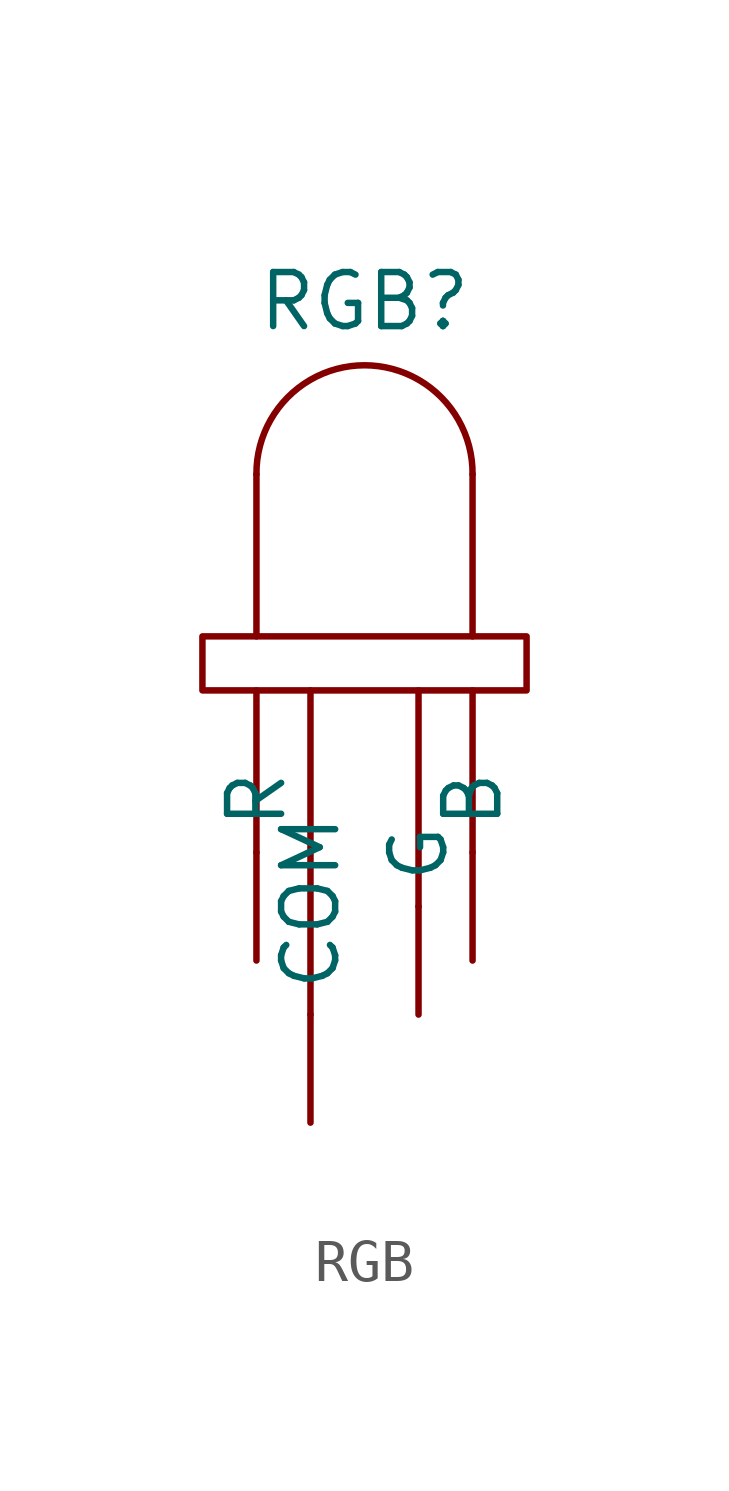
<source format=kicad_sym>
(kicad_symbol_lib
  (version 20231120)
  (generator "kicad_symbol_editor")
  (generator_version "8.0")
  (symbol "RGB"
    (property "Reference" "RGB"
      (at 0 5.334 0)
      (effects (font (size 1.27 1.27))))
    (property "Value" ""
      (at 0 0 0)
      (effects (font (size 1.27 1.27))))
    (symbol "RGB_0_1"
      (rectangle (start -3.81 -2.54) (end 3.81 -3.81) (stroke (width 0) (type default)) (fill (type none)))
      (polyline (pts (xy -2.54 -3.81) (xy -2.54 -7.62)) (stroke (width 0) (type default)) (fill (type none)))
      (polyline (pts (xy -2.54 1.27) (xy -2.54 -2.54)) (stroke (width 0) (type default)) (fill (type none)))
      (polyline (pts (xy -1.27 -3.81) (xy -1.27 -11.43)) (stroke (width 0) (type default)) (fill (type none)))
      (polyline (pts (xy 1.27 -3.81) (xy 1.27 -8.89)) (stroke (width 0) (type default)) (fill (type none)))
      (polyline (pts (xy 2.54 -3.81) (xy 2.54 -7.62)) (stroke (width 0) (type default)) (fill (type none)))
      (polyline (pts (xy 2.54 -2.54) (xy 2.54 1.27)) (stroke (width 0) (type default)) (fill (type none)))
      (arc (start 2.54 1.27) (mid 0 3.8326) (end -2.54 1.27) (stroke (width 0) (type default)) (fill (type none))))
    (symbol "RGB_1_1"
      (pin input line (at 2.54 -10.16 90) (length 2.54) (name "B" (effects (font (size 1.27 1.27)))) (number "" (effects (font (size 1.27 1.27)))))
      (pin power_in line (at -1.27 -13.97 90) (length 2.54) (name "COM" (effects (font (size 1.27 1.27)))) (number "" (effects (font (size 1.27 1.27)))))
      (pin input line (at 1.27 -11.43 90) (length 2.54) (name "G" (effects (font (size 1.27 1.27)))) (number "" (effects (font (size 1.27 1.27)))))
      (pin input line (at -2.54 -10.16 90) (length 2.54) (name "R" (effects (font (size 1.27 1.27)))) (number "" (effects (font (size 1.27 1.27))))))))
</source>
